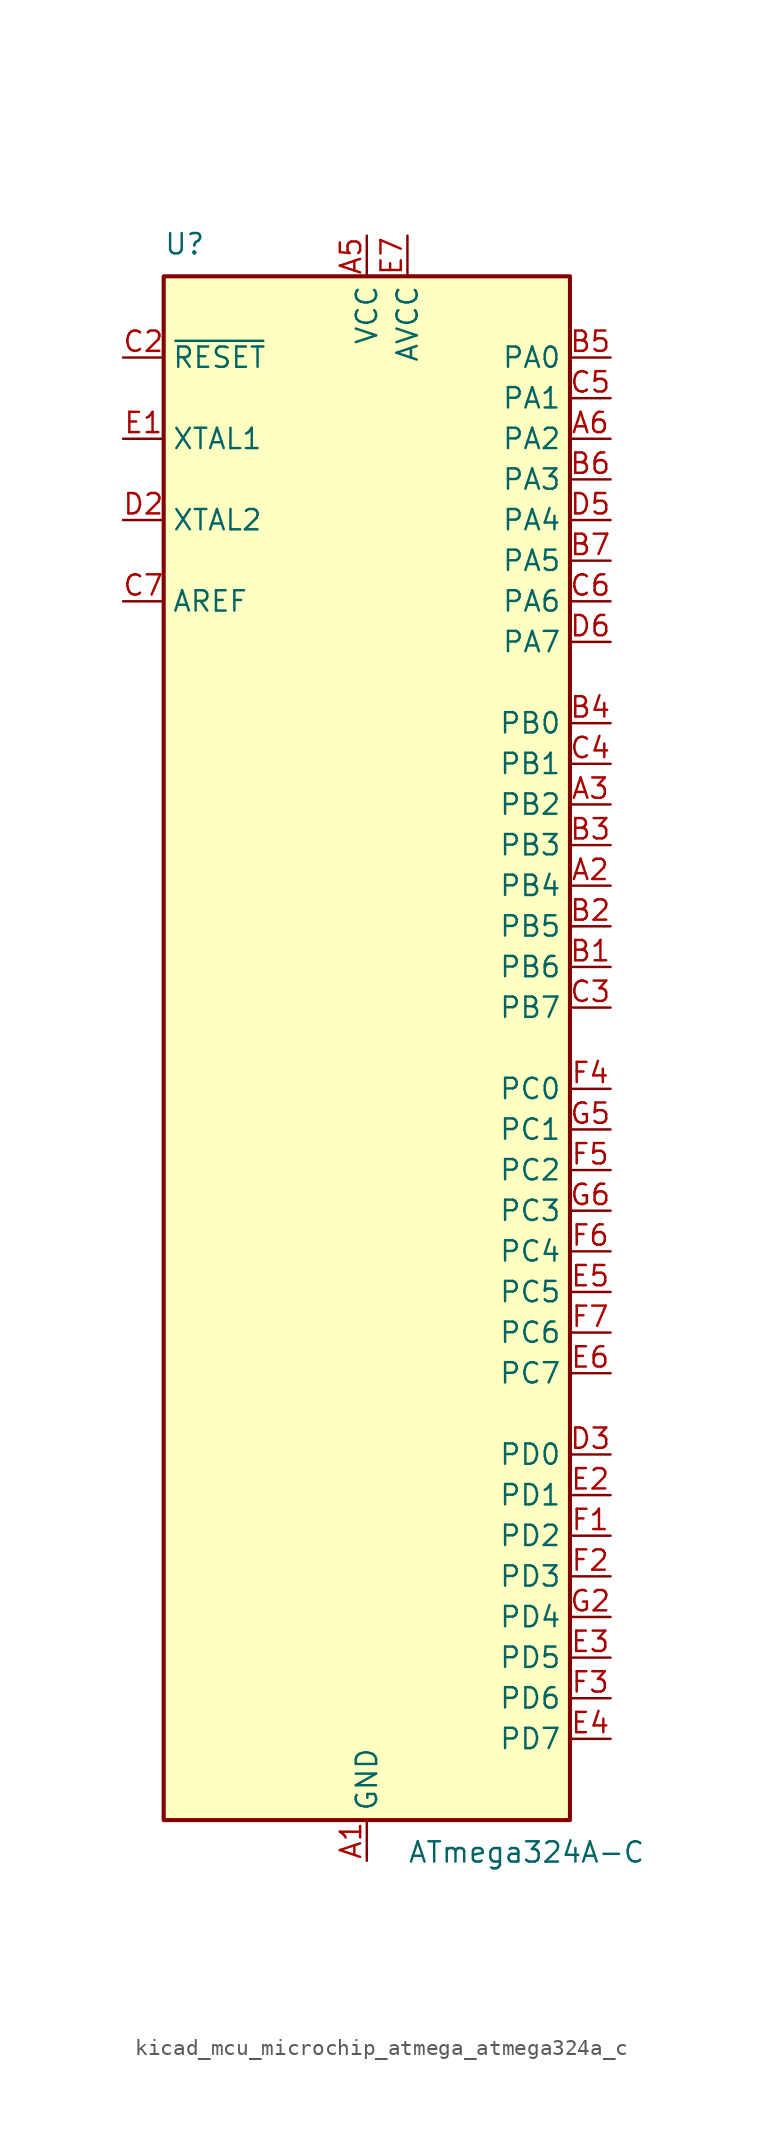
<source format=kicad_sym>
(kicad_symbol_lib
  (version 20220914)
  (generator kicad_symbol_editor)
  (symbol "kicad_mcu_microchip_atmega_atmega324a_c"
    (property "Reference" "U"
      (at -12.7 49.53 0)
      (effects (font (size 1.27 1.27)) (justify left bottom)))
    (property "Value" "ATmega324A-C"
      (at 2.54 -49.53 0)
      (effects (font (size 1.27 1.27)) (justify left top)))
    (symbol "kicad_mcu_microchip_atmega_atmega324a_c_0_1"
      (rectangle (start -12.7 -48.26) (end 12.7 48.26) (stroke (width 0.254) (type default)) (fill (type background))))
    (symbol "kicad_mcu_microchip_atmega_atmega324a_c_1_1"
      (pin power_in line (at 0 -50.8 90) (length 2.54) (name "GND" (effects (font (size 1.27 1.27)))) (number "A1" (effects (font (size 1.27 1.27)))))
      (pin bidirectional line (at 15.24 10.16 180) (length 2.54) (name "PB4" (effects (font (size 1.27 1.27)))) (number "A2" (effects (font (size 1.27 1.27)))))
      (pin bidirectional line (at 15.24 15.24 180) (length 2.54) (name "PB2" (effects (font (size 1.27 1.27)))) (number "A3" (effects (font (size 1.27 1.27)))))
      (pin passive line (at 0 -50.8 90) (length 2.54) hide (name "GND" (effects (font (size 1.27 1.27)))) (number "A4" (effects (font (size 1.27 1.27)))))
      (pin power_in line (at 0 50.8 270) (length 2.54) (name "VCC" (effects (font (size 1.27 1.27)))) (number "A5" (effects (font (size 1.27 1.27)))))
      (pin bidirectional line (at 15.24 38.1 180) (length 2.54) (name "PA2" (effects (font (size 1.27 1.27)))) (number "A6" (effects (font (size 1.27 1.27)))))
      (pin passive line (at 0 -50.8 90) (length 2.54) hide (name "GND" (effects (font (size 1.27 1.27)))) (number "A7" (effects (font (size 1.27 1.27)))))
      (pin bidirectional line (at 15.24 5.08 180) (length 2.54) (name "PB6" (effects (font (size 1.27 1.27)))) (number "B1" (effects (font (size 1.27 1.27)))))
      (pin bidirectional line (at 15.24 7.62 180) (length 2.54) (name "PB5" (effects (font (size 1.27 1.27)))) (number "B2" (effects (font (size 1.27 1.27)))))
      (pin bidirectional line (at 15.24 12.7 180) (length 2.54) (name "PB3" (effects (font (size 1.27 1.27)))) (number "B3" (effects (font (size 1.27 1.27)))))
      (pin bidirectional line (at 15.24 20.32 180) (length 2.54) (name "PB0" (effects (font (size 1.27 1.27)))) (number "B4" (effects (font (size 1.27 1.27)))))
      (pin bidirectional line (at 15.24 43.18 180) (length 2.54) (name "PA0" (effects (font (size 1.27 1.27)))) (number "B5" (effects (font (size 1.27 1.27)))))
      (pin bidirectional line (at 15.24 35.56 180) (length 2.54) (name "PA3" (effects (font (size 1.27 1.27)))) (number "B6" (effects (font (size 1.27 1.27)))))
      (pin bidirectional line (at 15.24 30.48 180) (length 2.54) (name "PA5" (effects (font (size 1.27 1.27)))) (number "B7" (effects (font (size 1.27 1.27)))))
      (pin passive line (at 0 50.8 270) (length 2.54) hide (name "VCC" (effects (font (size 1.27 1.27)))) (number "C1" (effects (font (size 1.27 1.27)))))
      (pin input line (at -15.24 43.18 0) (length 2.54) (name "~{RESET}" (effects (font (size 1.27 1.27)))) (number "C2" (effects (font (size 1.27 1.27)))))
      (pin bidirectional line (at 15.24 2.54 180) (length 2.54) (name "PB7" (effects (font (size 1.27 1.27)))) (number "C3" (effects (font (size 1.27 1.27)))))
      (pin bidirectional line (at 15.24 17.78 180) (length 2.54) (name "PB1" (effects (font (size 1.27 1.27)))) (number "C4" (effects (font (size 1.27 1.27)))))
      (pin bidirectional line (at 15.24 40.64 180) (length 2.54) (name "PA1" (effects (font (size 1.27 1.27)))) (number "C5" (effects (font (size 1.27 1.27)))))
      (pin bidirectional line (at 15.24 27.94 180) (length 2.54) (name "PA6" (effects (font (size 1.27 1.27)))) (number "C6" (effects (font (size 1.27 1.27)))))
      (pin passive line (at -15.24 27.94 0) (length 2.54) (name "AREF" (effects (font (size 1.27 1.27)))) (number "C7" (effects (font (size 1.27 1.27)))))
      (pin passive line (at 0 -50.8 90) (length 2.54) hide (name "GND" (effects (font (size 1.27 1.27)))) (number "D1" (effects (font (size 1.27 1.27)))))
      (pin output line (at -15.24 33.02 0) (length 2.54) (name "XTAL2" (effects (font (size 1.27 1.27)))) (number "D2" (effects (font (size 1.27 1.27)))))
      (pin bidirectional line (at 15.24 -25.4 180) (length 2.54) (name "PD0" (effects (font (size 1.27 1.27)))) (number "D3" (effects (font (size 1.27 1.27)))))
      (pin passive line (at 0 -50.8 90) (length 2.54) hide (name "GND" (effects (font (size 1.27 1.27)))) (number "D4" (effects (font (size 1.27 1.27)))))
      (pin bidirectional line (at 15.24 33.02 180) (length 2.54) (name "PA4" (effects (font (size 1.27 1.27)))) (number "D5" (effects (font (size 1.27 1.27)))))
      (pin bidirectional line (at 15.24 25.4 180) (length 2.54) (name "PA7" (effects (font (size 1.27 1.27)))) (number "D6" (effects (font (size 1.27 1.27)))))
      (pin passive line (at 0 -50.8 90) (length 2.54) hide (name "GND" (effects (font (size 1.27 1.27)))) (number "D7" (effects (font (size 1.27 1.27)))))
      (pin input line (at -15.24 38.1 0) (length 2.54) (name "XTAL1" (effects (font (size 1.27 1.27)))) (number "E1" (effects (font (size 1.27 1.27)))))
      (pin bidirectional line (at 15.24 -27.94 180) (length 2.54) (name "PD1" (effects (font (size 1.27 1.27)))) (number "E2" (effects (font (size 1.27 1.27)))))
      (pin bidirectional line (at 15.24 -38.1 180) (length 2.54) (name "PD5" (effects (font (size 1.27 1.27)))) (number "E3" (effects (font (size 1.27 1.27)))))
      (pin bidirectional line (at 15.24 -43.18 180) (length 2.54) (name "PD7" (effects (font (size 1.27 1.27)))) (number "E4" (effects (font (size 1.27 1.27)))))
      (pin bidirectional line (at 15.24 -15.24 180) (length 2.54) (name "PC5" (effects (font (size 1.27 1.27)))) (number "E5" (effects (font (size 1.27 1.27)))))
      (pin bidirectional line (at 15.24 -20.32 180) (length 2.54) (name "PC7" (effects (font (size 1.27 1.27)))) (number "E6" (effects (font (size 1.27 1.27)))))
      (pin power_in line (at 2.54 50.8 270) (length 2.54) (name "AVCC" (effects (font (size 1.27 1.27)))) (number "E7" (effects (font (size 1.27 1.27)))))
      (pin bidirectional line (at 15.24 -30.48 180) (length 2.54) (name "PD2" (effects (font (size 1.27 1.27)))) (number "F1" (effects (font (size 1.27 1.27)))))
      (pin bidirectional line (at 15.24 -33.02 180) (length 2.54) (name "PD3" (effects (font (size 1.27 1.27)))) (number "F2" (effects (font (size 1.27 1.27)))))
      (pin bidirectional line (at 15.24 -40.64 180) (length 2.54) (name "PD6" (effects (font (size 1.27 1.27)))) (number "F3" (effects (font (size 1.27 1.27)))))
      (pin bidirectional line (at 15.24 -2.54 180) (length 2.54) (name "PC0" (effects (font (size 1.27 1.27)))) (number "F4" (effects (font (size 1.27 1.27)))))
      (pin bidirectional line (at 15.24 -7.62 180) (length 2.54) (name "PC2" (effects (font (size 1.27 1.27)))) (number "F5" (effects (font (size 1.27 1.27)))))
      (pin bidirectional line (at 15.24 -12.7 180) (length 2.54) (name "PC4" (effects (font (size 1.27 1.27)))) (number "F6" (effects (font (size 1.27 1.27)))))
      (pin bidirectional line (at 15.24 -17.78 180) (length 2.54) (name "PC6" (effects (font (size 1.27 1.27)))) (number "F7" (effects (font (size 1.27 1.27)))))
      (pin passive line (at 0 -50.8 90) (length 2.54) hide (name "GND" (effects (font (size 1.27 1.27)))) (number "G1" (effects (font (size 1.27 1.27)))))
      (pin bidirectional line (at 15.24 -35.56 180) (length 2.54) (name "PD4" (effects (font (size 1.27 1.27)))) (number "G2" (effects (font (size 1.27 1.27)))))
      (pin passive line (at 0 50.8 270) (length 2.54) hide (name "VCC" (effects (font (size 1.27 1.27)))) (number "G3" (effects (font (size 1.27 1.27)))))
      (pin passive line (at 0 -50.8 90) (length 2.54) hide (name "GND" (effects (font (size 1.27 1.27)))) (number "G4" (effects (font (size 1.27 1.27)))))
      (pin bidirectional line (at 15.24 -5.08 180) (length 2.54) (name "PC1" (effects (font (size 1.27 1.27)))) (number "G5" (effects (font (size 1.27 1.27)))))
      (pin bidirectional line (at 15.24 -10.16 180) (length 2.54) (name "PC3" (effects (font (size 1.27 1.27)))) (number "G6" (effects (font (size 1.27 1.27)))))
      (pin passive line (at 0 -50.8 90) (length 2.54) hide (name "GND" (effects (font (size 1.27 1.27)))) (number "G7" (effects (font (size 1.27 1.27))))))))
</source>
